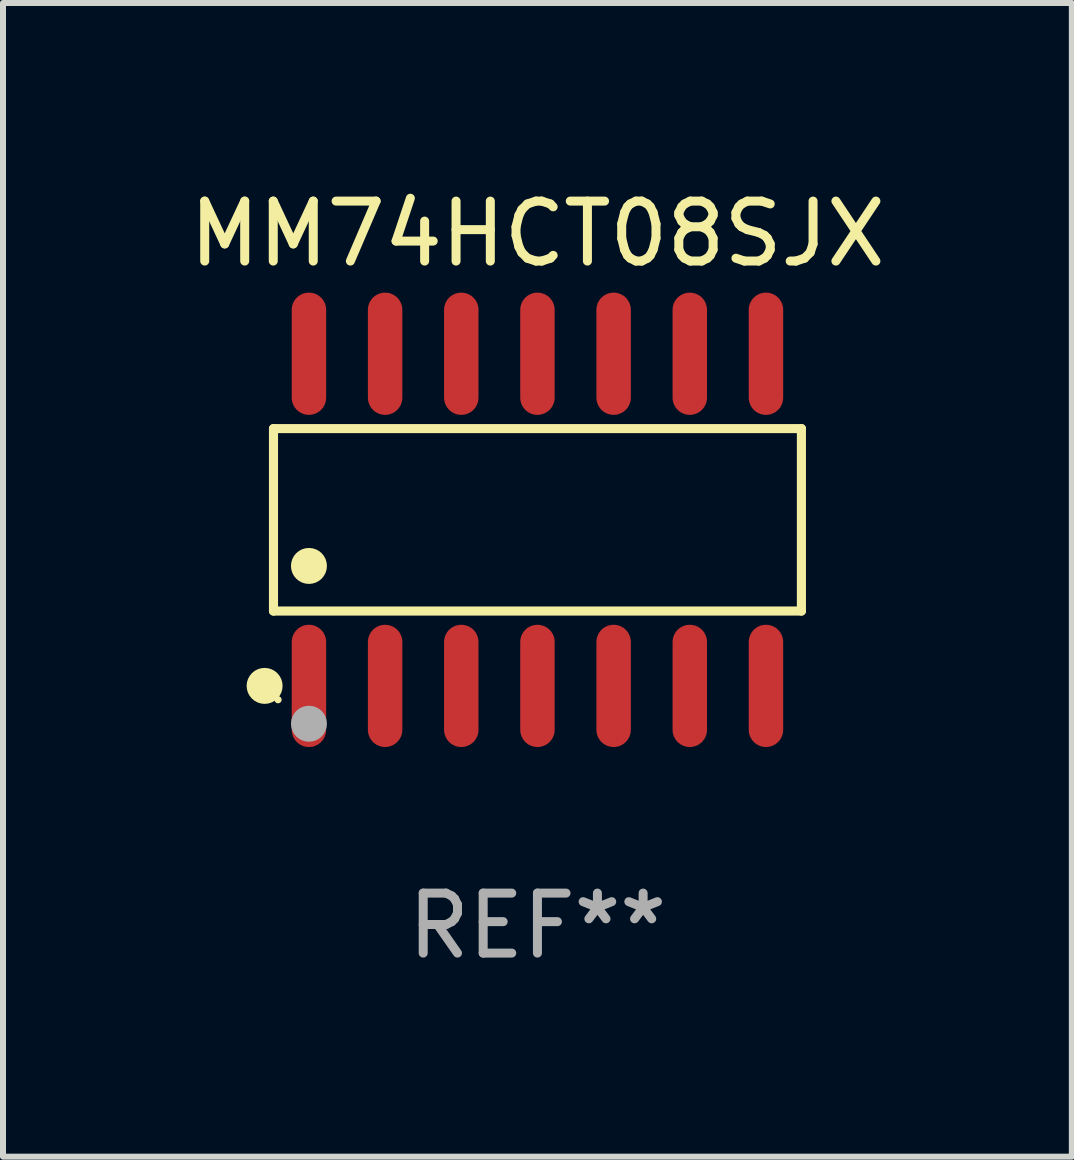
<source format=kicad_pcb>
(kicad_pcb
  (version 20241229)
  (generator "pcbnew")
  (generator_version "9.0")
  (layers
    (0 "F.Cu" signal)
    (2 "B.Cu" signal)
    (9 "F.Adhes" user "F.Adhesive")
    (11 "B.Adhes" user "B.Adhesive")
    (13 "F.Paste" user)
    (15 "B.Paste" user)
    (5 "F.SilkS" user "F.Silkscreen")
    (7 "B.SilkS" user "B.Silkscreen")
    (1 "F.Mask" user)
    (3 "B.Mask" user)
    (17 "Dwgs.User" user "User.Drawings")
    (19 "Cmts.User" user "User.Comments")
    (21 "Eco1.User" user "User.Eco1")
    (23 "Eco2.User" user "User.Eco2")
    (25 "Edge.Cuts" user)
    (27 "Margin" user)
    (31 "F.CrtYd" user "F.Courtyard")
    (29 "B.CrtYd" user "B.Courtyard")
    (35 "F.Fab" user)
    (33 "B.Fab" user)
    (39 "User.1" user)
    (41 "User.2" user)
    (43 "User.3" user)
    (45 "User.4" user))
  (footprint "MM74HCT08SJX"
    (layer "F.Cu")
    (at 5.911 5.617)
    (property "Reference" "MM74HCT08SJX" (at 0 -4.769 0) (layer "F.SilkS") (effects (font (size 1 1) (thickness 0.15))))
    (attr through_hole)
    (fp_line (start -4.401 -1.521) (end 4.401 -1.521) (stroke (width 0.152) (type solid)) (layer "F.SilkS"))
    (fp_line (start -4.401 1.521) (end -4.401 -1.521) (stroke (width 0.152) (type solid)) (layer "F.SilkS"))
    (fp_line (start 4.401 -1.521) (end 4.401 1.521) (stroke (width 0.152) (type solid)) (layer "F.SilkS"))
    (fp_line (start 4.401 1.521) (end -4.401 1.521) (stroke (width 0.152) (type solid)) (layer "F.SilkS"))
    (fp_circle (center -4.549 2.769) (end -4.399 2.769) (stroke (width 0.3) (type solid)) (fill no) (layer "F.SilkS"))
    (fp_circle (center -4.325 3) (end -4.295 3) (stroke (width 0.06) (type solid)) (fill no) (layer "F.SilkS"))
    (fp_circle (center -3.81 0.769) (end -3.66 0.769) (stroke (width 0.3) (type solid)) (fill no) (layer "F.SilkS"))
    (fp_circle (center -3.81 3.4) (end -3.66 3.4) (stroke (width 0.3) (type solid)) (fill no) (layer "F.Fab"))
    (fp_text user "REF**" (at 0 6.769 0) (layer "F.Fab") (effects (font (size 1 1) (thickness 0.15))))
    (pad "1" smd oval (at -3.81 2.769) (size 0.574 2.038) (layers "F.Cu" "F.Mask" "F.Paste"))
    (pad "2" smd oval (at -2.54 2.769) (size 0.574 2.038) (layers "F.Cu" "F.Mask" "F.Paste"))
    (pad "3" smd oval (at -1.27 2.769) (size 0.574 2.038) (layers "F.Cu" "F.Mask" "F.Paste"))
    (pad "4" smd oval (at 0 2.769) (size 0.574 2.038) (layers "F.Cu" "F.Mask" "F.Paste"))
    (pad "5" smd oval (at 1.27 2.769) (size 0.574 2.038) (layers "F.Cu" "F.Mask" "F.Paste"))
    (pad "6" smd oval (at 2.54 2.769) (size 0.574 2.038) (layers "F.Cu" "F.Mask" "F.Paste"))
    (pad "7" smd oval (at 3.81 2.769) (size 0.574 2.038) (layers "F.Cu" "F.Mask" "F.Paste"))
    (pad "8" smd oval (at 3.81 -2.769) (size 0.574 2.038) (layers "F.Cu" "F.Mask" "F.Paste"))
    (pad "9" smd oval (at 2.54 -2.769) (size 0.574 2.038) (layers "F.Cu" "F.Mask" "F.Paste"))
    (pad "10" smd oval (at 1.27 -2.769) (size 0.574 2.038) (layers "F.Cu" "F.Mask" "F.Paste"))
    (pad "11" smd oval (at 0 -2.769) (size 0.574 2.038) (layers "F.Cu" "F.Mask" "F.Paste"))
    (pad "12" smd oval (at -1.27 -2.769) (size 0.574 2.038) (layers "F.Cu" "F.Mask" "F.Paste"))
    (pad "13" smd oval (at -2.54 -2.769) (size 0.574 2.038) (layers "F.Cu" "F.Mask" "F.Paste"))
    (pad "14" smd oval (at -3.81 -2.769) (size 0.574 2.038) (layers "F.Cu" "F.Mask" "F.Paste")))
  (gr_rect
    (start -3 -3)
    (end 14.821 16.235)
    (stroke (width 0.1) (type default))
    (fill no)
    (layer "Edge.Cuts")))
</source>
